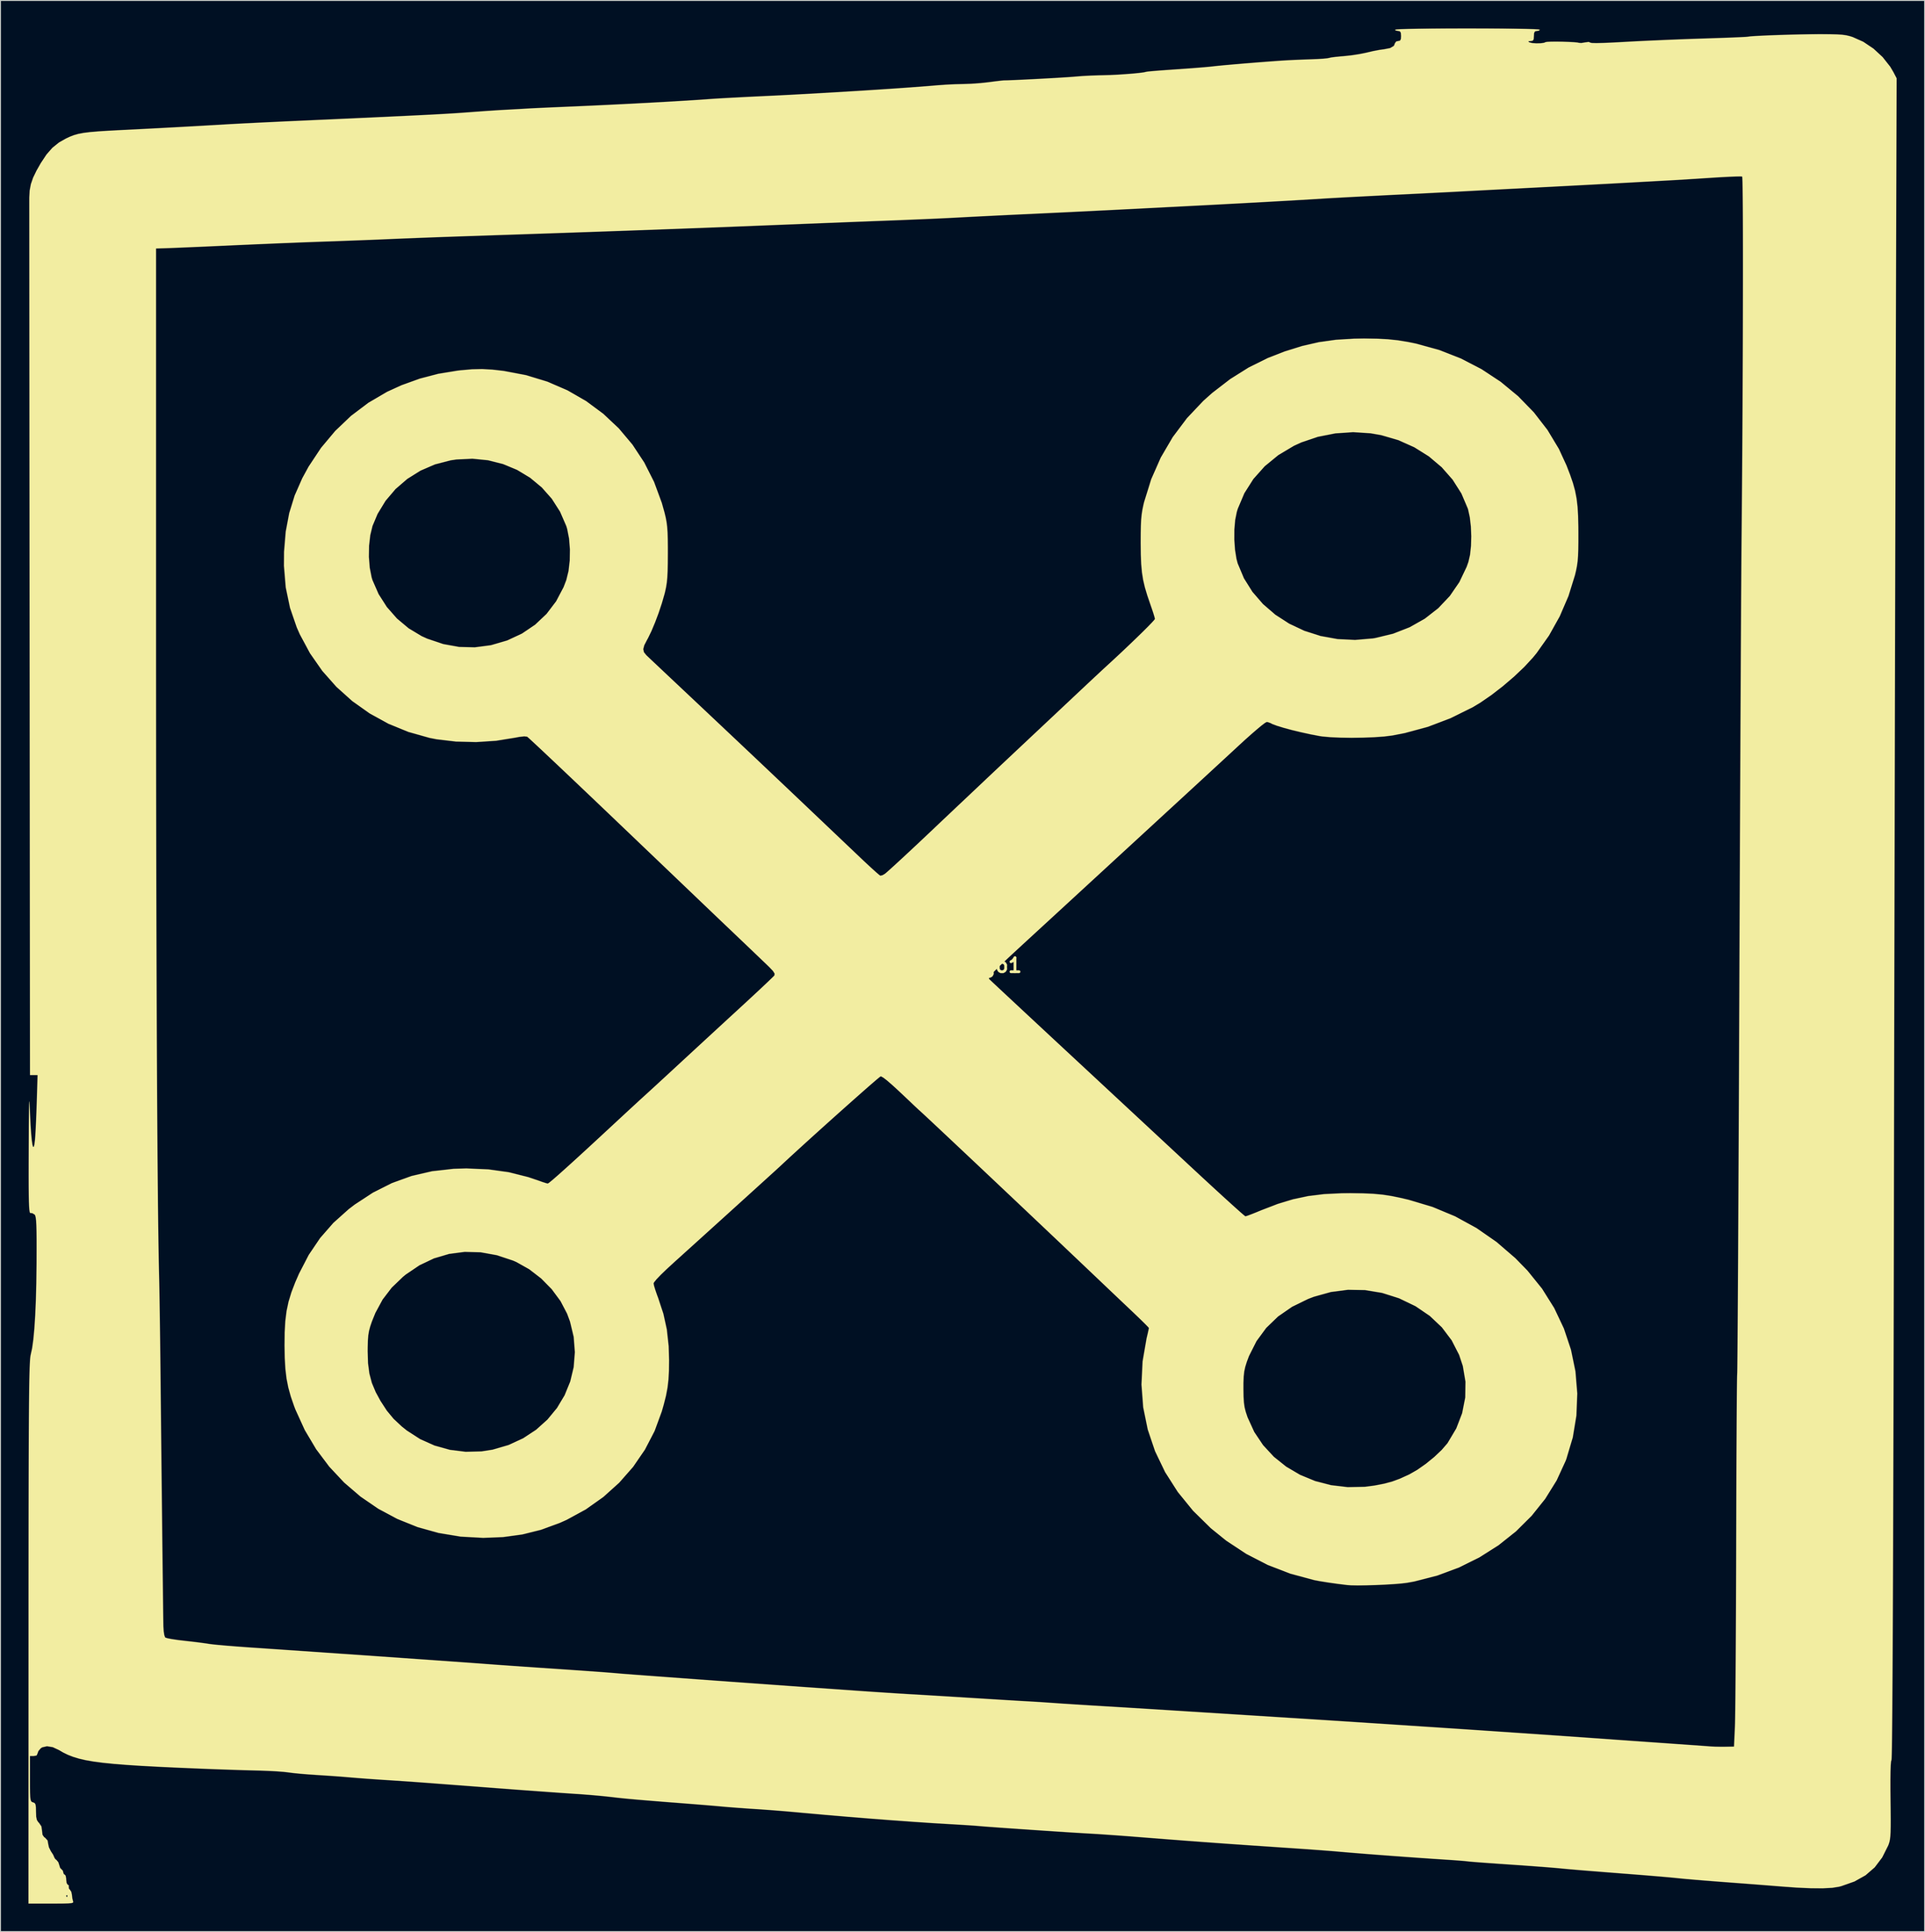
<source format=kicad_pcb>
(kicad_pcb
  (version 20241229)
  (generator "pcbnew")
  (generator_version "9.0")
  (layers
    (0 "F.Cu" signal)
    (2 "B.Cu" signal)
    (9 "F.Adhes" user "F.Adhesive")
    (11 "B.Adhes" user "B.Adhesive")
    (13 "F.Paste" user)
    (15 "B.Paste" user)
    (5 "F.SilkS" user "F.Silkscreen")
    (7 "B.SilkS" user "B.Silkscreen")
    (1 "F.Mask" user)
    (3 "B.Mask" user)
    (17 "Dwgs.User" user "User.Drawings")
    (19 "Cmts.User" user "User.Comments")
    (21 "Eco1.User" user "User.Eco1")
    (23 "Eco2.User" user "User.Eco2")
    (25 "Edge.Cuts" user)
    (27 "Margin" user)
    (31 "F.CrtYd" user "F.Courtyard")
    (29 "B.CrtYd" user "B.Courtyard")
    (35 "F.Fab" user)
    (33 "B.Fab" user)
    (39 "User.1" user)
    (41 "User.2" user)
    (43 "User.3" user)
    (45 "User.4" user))
  (footprint "xlab-logo1"
    (layer "F.Cu")
    (at 99.982 100.384)
    (property "Reference" "xlab-logo1" (at 0 0 0) (layer "F.SilkS") (effects (font (size 1.5 1.5) (thickness 0.3))))
    (attr board_only exclude_from_pos_files exclude_from_bom)
    (fp_poly (pts (xy 44.497 -67.147) (xy 45.676 -67.086) (xy 46.754 -66.972) (xy 47.838 -66.794) (xy 48.697 -66.617) (xy 51.158 -65.94) (xy 53.502 -65.021) (xy 55.709 -63.877) (xy 57.759 -62.524) (xy 59.632 -60.977) (xy 61.308 -59.254) (xy 62.767 -57.369) (xy 63.99 -55.339) (xy 64.803 -53.575) (xy 65.196 -52.559) (xy 65.5 -51.67) (xy 65.727 -50.846) (xy 65.886 -50.026) (xy 65.991 -49.148) (xy 66.05 -48.149) (xy 66.076 -46.968) (xy 66.079 -46.409) (xy 66.079 -45.36) (xy 66.068 -44.528) (xy 66.043 -43.863) (xy 66 -43.311) (xy 65.933 -42.821) (xy 65.84 -42.341) (xy 65.716 -41.817) (xy 65.715 -41.815) (xy 65.02 -39.578) (xy 64.083 -37.401) (xy 62.932 -35.34) (xy 61.594 -33.449) (xy 61.197 -32.966) (xy 60.279 -31.974) (xy 59.184 -30.936) (xy 57.985 -29.911) (xy 56.752 -28.959) (xy 55.558 -28.138) (xy 54.757 -27.658) (xy 52.373 -26.479) (xy 49.949 -25.558) (xy 47.452 -24.883) (xy 46.134 -24.629) (xy 45.282 -24.523) (xy 44.217 -24.447) (xy 43.021 -24.401) (xy 41.779 -24.385) (xy 40.574 -24.401) (xy 39.491 -24.45) (xy 38.612 -24.53) (xy 38.343 -24.571) (xy 37.363 -24.758) (xy 36.357 -24.978) (xy 35.386 -25.213) (xy 34.51 -25.45) (xy 33.789 -25.67) (xy 33.283 -25.859) (xy 33.093 -25.961) (xy 32.804 -26.065) (xy 32.678 -26.076) (xy 32.501 -25.979) (xy 32.142 -25.707) (xy 31.635 -25.287) (xy 31.012 -24.748) (xy 30.305 -24.116) (xy 29.757 -23.613) (xy 28.994 -22.907) (xy 28.063 -22.047) (xy 27.011 -21.077) (xy 25.89 -20.042) (xy 24.747 -18.989) (xy 23.632 -17.962) (xy 22.973 -17.356) (xy 21.827 -16.302) (xy 20.56 -15.135) (xy 19.233 -13.914) (xy 17.909 -12.696) (xy 16.653 -11.54) (xy 15.526 -10.502) (xy 15.127 -10.134) (xy 14.096 -9.186) (xy 12.907 -8.091) (xy 11.619 -6.906) (xy 10.29 -5.683) (xy 8.979 -4.477) (xy 7.745 -3.343) (xy 7.076 -2.728) (xy 5.977 -1.715) (xy 5.079 -0.883) (xy 4.366 -0.212) (xy 3.819 0.316) (xy 3.419 0.719) (xy 3.149 1.016) (xy 2.991 1.224) (xy 2.927 1.362) (xy 2.938 1.449) (xy 2.95 1.464) (xy 3.089 1.597) (xy 3.427 1.915) (xy 3.947 2.401) (xy 4.63 3.04) (xy 5.461 3.814) (xy 6.42 4.709) (xy 7.492 5.707) (xy 8.658 6.792) (xy 9.9 7.949) (xy 11.163 9.123) (xy 12.654 10.509) (xy 14.228 11.972) (xy 15.849 13.48) (xy 17.481 14.997) (xy 19.087 16.49) (xy 20.63 17.925) (xy 22.074 19.268) (xy 23.382 20.484) (xy 24.518 21.54) (xy 24.719 21.727) (xy 25.796 22.726) (xy 26.808 23.66) (xy 27.737 24.513) (xy 28.56 25.263) (xy 29.258 25.894) (xy 29.808 26.386) (xy 30.192 26.719) (xy 30.387 26.876) (xy 30.406 26.886) (xy 30.599 26.829) (xy 31.015 26.674) (xy 31.589 26.446) (xy 32.138 26.22) (xy 33.87 25.554) (xy 35.503 25.058) (xy 37.127 24.713) (xy 38.834 24.504) (xy 40.713 24.412) (xy 41.659 24.404) (xy 42.992 24.42) (xy 44.102 24.469) (xy 45.088 24.561) (xy 46.05 24.708) (xy 47.087 24.921) (xy 47.888 25.111) (xy 50.441 25.874) (xy 52.867 26.885) (xy 55.159 28.139) (xy 57.312 29.634) (xy 59.321 31.365) (xy 60.62 32.696) (xy 62.187 34.636) (xy 63.49 36.713) (xy 64.525 38.901) (xy 65.285 41.173) (xy 65.766 43.503) (xy 65.962 45.865) (xy 65.868 48.233) (xy 65.479 50.581) (xy 64.79 52.884) (xy 64.709 53.098) (xy 63.747 55.19) (xy 62.526 57.155) (xy 61.068 58.977) (xy 59.393 60.641) (xy 57.523 62.129) (xy 55.478 63.426) (xy 53.28 64.516) (xy 50.95 65.382) (xy 48.508 66.008) (xy 47.726 66.152) (xy 47.135 66.225) (xy 46.32 66.292) (xy 45.361 66.349) (xy 44.341 66.394) (xy 43.34 66.422) (xy 42.437 66.433) (xy 41.714 66.421) (xy 41.336 66.395) (xy 40.265 66.263) (xy 39.228 66.116) (xy 38.328 65.97) (xy 37.776 65.864) (xy 35.223 65.176) (xy 32.796 64.24) (xy 30.501 63.058) (xy 28.344 61.635) (xy 26.699 60.305) (xy 24.79 58.428) (xy 23.154 56.416) (xy 21.796 54.286) (xy 20.723 52.053) (xy 19.94 49.735) (xy 19.452 47.348) (xy 19.303 45.396) (xy 30.192 45.396) (xy 30.205 46.203) (xy 30.243 46.823) (xy 30.316 47.337) (xy 30.438 47.828) (xy 30.621 48.377) (xy 30.642 48.436) (xy 31.355 49.994) (xy 32.299 51.402) (xy 33.449 52.645) (xy 34.778 53.709) (xy 36.26 54.581) (xy 37.87 55.246) (xy 39.581 55.69) (xy 41.368 55.9) (xy 43.204 55.863) (xy 44.282 55.721) (xy 45.286 55.526) (xy 46.128 55.299) (xy 46.944 54.998) (xy 47.868 54.579) (xy 47.969 54.531) (xy 48.821 54.044) (xy 49.74 53.399) (xy 50.638 52.667) (xy 51.431 51.916) (xy 52.032 51.219) (xy 52.071 51.165) (xy 52.996 49.61) (xy 53.625 47.978) (xy 53.955 46.299) (xy 53.98 44.603) (xy 53.697 42.92) (xy 53.3 41.73) (xy 52.503 40.174) (xy 51.451 38.779) (xy 50.156 37.556) (xy 48.633 36.52) (xy 46.895 35.683) (xy 46.836 35.659) (xy 45.035 35.089) (xy 43.216 34.789) (xy 41.389 34.758) (xy 39.562 34.995) (xy 37.744 35.502) (xy 37.129 35.735) (xy 35.404 36.579) (xy 33.905 37.616) (xy 32.633 38.843) (xy 31.593 40.258) (xy 30.787 41.857) (xy 30.55 42.491) (xy 30.388 43.016) (xy 30.28 43.513) (xy 30.219 44.062) (xy 30.193 44.742) (xy 30.192 45.396) (xy 19.303 45.396) (xy 19.266 44.909) (xy 19.386 42.433) (xy 19.818 39.939) (xy 19.829 39.896) (xy 19.942 39.413) (xy 20.024 39.042) (xy 20.061 38.854) (xy 20.061 38.847) (xy 19.959 38.726) (xy 19.678 38.438) (xy 19.254 38.019) (xy 18.721 37.505) (xy 18.315 37.119) (xy 17.701 36.536) (xy 16.928 35.804) (xy 16.054 34.974) (xy 15.134 34.099) (xy 14.223 33.233) (xy 13.729 32.763) (xy 12.579 31.671) (xy 11.352 30.506) (xy 10.066 29.285) (xy 8.736 28.026) (xy 7.382 26.744) (xy 6.021 25.456) (xy 4.669 24.179) (xy 3.345 22.928) (xy 2.066 21.721) (xy 0.85 20.574) (xy -0.287 19.504) (xy -1.326 18.526) (xy -2.25 17.658) (xy -3.042 16.915) (xy -3.684 16.315) (xy -4.158 15.874) (xy -4.448 15.608) (xy -4.529 15.537) (xy -4.664 15.414) (xy -4.966 15.131) (xy -5.388 14.732) (xy -5.82 14.321) (xy -6.734 13.459) (xy -7.458 12.796) (xy -8.007 12.323) (xy -8.392 12.027) (xy -8.627 11.897) (xy -8.673 11.889) (xy -8.808 11.985) (xy -9.135 12.258) (xy -9.632 12.684) (xy -10.272 13.243) (xy -11.03 13.911) (xy -11.882 14.666) (xy -12.802 15.485) (xy -13.765 16.346) (xy -14.746 17.227) (xy -15.721 18.106) (xy -16.663 18.959) (xy -17.547 19.765) (xy -18.35 20.5) (xy -19.045 21.143) (xy -19.446 21.519) (xy -19.63 21.688) (xy -20.008 22.033) (xy -20.555 22.53) (xy -21.244 23.156) (xy -22.051 23.888) (xy -22.949 24.703) (xy -23.914 25.577) (xy -24.919 26.488) (xy -25.94 27.412) (xy -26.951 28.327) (xy -27.925 29.209) (xy -28.838 30.035) (xy -29.665 30.781) (xy -30.378 31.426) (xy -30.779 31.787) (xy -31.59 32.532) (xy -32.235 33.154) (xy -32.695 33.635) (xy -32.953 33.956) (xy -33.004 34.074) (xy -32.956 34.32) (xy -32.827 34.751) (xy -32.64 35.296) (xy -32.512 35.639) (xy -31.956 37.32) (xy -31.586 39.009) (xy -31.389 40.79) (xy -31.344 42.288) (xy -31.358 43.424) (xy -31.41 44.38) (xy -31.512 45.244) (xy -31.676 46.107) (xy -31.916 47.057) (xy -32.127 47.796) (xy -32.898 49.893) (xy -33.929 51.879) (xy -35.2 53.732) (xy -36.694 55.432) (xy -38.391 56.958) (xy -40.271 58.289) (xy -42.316 59.404) (xy -43.08 59.744) (xy -45.066 60.471) (xy -47.056 60.969) (xy -49.128 61.252) (xy -51.263 61.337) (xy -53.686 61.203) (xy -56.036 60.815) (xy -58.298 60.182) (xy -60.456 59.314) (xy -62.495 58.224) (xy -64.4 56.92) (xy -66.156 55.415) (xy -67.748 53.717) (xy -69.159 51.839) (xy -70.376 49.791) (xy -71.383 47.582) (xy -71.521 47.22) (xy -71.875 46.197) (xy -72.141 45.236) (xy -72.332 44.268) (xy -72.456 43.228) (xy -72.524 42.049) (xy -72.537 41.343) (xy -63.639 41.343) (xy -63.601 42.623) (xy -63.458 43.725) (xy -63.191 44.731) (xy -62.776 45.724) (xy -62.266 46.661) (xy -61.587 47.705) (xy -60.862 48.581) (xy -60.001 49.387) (xy -59.442 49.835) (xy -58.018 50.755) (xy -56.469 51.447) (xy -54.831 51.903) (xy -53.141 52.113) (xy -51.437 52.07) (xy -50.251 51.885) (xy -48.542 51.386) (xy -46.985 50.667) (xy -45.593 49.752) (xy -44.38 48.663) (xy -43.358 47.424) (xy -42.54 46.059) (xy -41.939 44.591) (xy -41.567 43.044) (xy -41.439 41.441) (xy -41.566 39.805) (xy -41.961 38.159) (xy -42.273 37.316) (xy -42.978 35.967) (xy -43.919 34.695) (xy -45.05 33.545) (xy -46.326 32.561) (xy -47.699 31.789) (xy -48.06 31.631) (xy -49.796 31.053) (xy -51.527 30.742) (xy -53.238 30.696) (xy -54.912 30.913) (xy -56.532 31.391) (xy -58.084 32.127) (xy -59.551 33.118) (xy -59.86 33.37) (xy -61.063 34.528) (xy -62.035 35.797) (xy -62.81 37.228) (xy -63.19 38.168) (xy -63.37 38.697) (xy -63.494 39.162) (xy -63.573 39.637) (xy -63.616 40.197) (xy -63.635 40.915) (xy -63.639 41.343) (xy -72.537 41.343) (xy -72.548 40.735) (xy -72.532 39.324) (xy -72.464 38.115) (xy -72.33 37.039) (xy -72.117 36.031) (xy -71.81 35.022) (xy -71.396 33.947) (xy -70.998 33.034) (xy -69.953 31.016) (xy -68.732 29.209) (xy -67.314 27.586) (xy -65.677 26.121) (xy -65.033 25.629) (xy -63.074 24.346) (xy -61.048 23.326) (xy -58.942 22.563) (xy -56.742 22.053) (xy -54.434 21.792) (xy -53.065 21.752) (xy -50.711 21.853) (xy -48.521 22.159) (xy -46.436 22.683) (xy -45.394 23.036) (xy -44.891 23.214) (xy -44.505 23.336) (xy -44.342 23.373) (xy -44.184 23.272) (xy -43.818 22.972) (xy -43.247 22.475) (xy -42.476 21.787) (xy -41.509 20.912) (xy -40.351 19.852) (xy -39.006 18.611) (xy -37.478 17.195) (xy -37.306 17.036) (xy -36.539 16.324) (xy -35.784 15.625) (xy -35.089 14.984) (xy -34.502 14.443) (xy -34.07 14.049) (xy -33.99 13.976) (xy -33.628 13.647) (xy -33.091 13.155) (xy -32.421 12.539) (xy -31.66 11.838) (xy -30.849 11.09) (xy -30.254 10.539) (xy -29.386 9.738) (xy -28.361 8.792) (xy -27.239 7.757) (xy -26.08 6.689) (xy -24.944 5.642) (xy -23.89 4.674) (xy -23.812 4.602) (xy -22.941 3.799) (xy -22.137 3.053) (xy -21.427 2.39) (xy -20.838 1.834) (xy -20.396 1.411) (xy -20.128 1.146) (xy -20.059 1.07) (xy -20.042 0.878) (xy -20.219 0.595) (xy -20.596 0.197) (xy -20.921 -0.116) (xy -21.415 -0.59) (xy -22.033 -1.182) (xy -22.73 -1.848) (xy -23.462 -2.547) (xy -24.184 -3.235) (xy -24.851 -3.87) (xy -25.257 -4.256) (xy -25.423 -4.414) (xy -25.786 -4.761) (xy -26.332 -5.282) (xy -27.045 -5.963) (xy -27.909 -6.789) (xy -28.91 -7.746) (xy -30.032 -8.818) (xy -31.26 -9.992) (xy -32.578 -11.252) (xy -33.972 -12.584) (xy -35.426 -13.974) (xy -36.002 -14.524) (xy -37.469 -15.925) (xy -38.878 -17.27) (xy -40.216 -18.543) (xy -41.466 -19.731) (xy -42.614 -20.82) (xy -43.645 -21.795) (xy -44.544 -22.643) (xy -45.296 -23.35) (xy -45.887 -23.9) (xy -46.301 -24.282) (xy -46.524 -24.479) (xy -46.556 -24.504) (xy -46.862 -24.538) (xy -47.394 -24.48) (xy -47.786 -24.405) (xy -49.856 -24.067) (xy -52.019 -23.925) (xy -54.182 -23.977) (xy -56.25 -24.224) (xy -57 -24.371) (xy -59.264 -25.007) (xy -61.411 -25.886) (xy -63.426 -26.994) (xy -65.291 -28.317) (xy -66.989 -29.842) (xy -68.504 -31.554) (xy -69.819 -33.439) (xy -70.917 -35.484) (xy -71.236 -36.209) (xy -71.961 -38.311) (xy -72.418 -40.501) (xy -72.611 -42.81) (xy -72.604 -43.765) (xy -63.509 -43.765) (xy -63.417 -42.605) (xy -63.214 -41.573) (xy -63.125 -41.284) (xy -62.468 -39.782) (xy -61.584 -38.399) (xy -60.502 -37.166) (xy -59.25 -36.116) (xy -57.858 -35.279) (xy -57.251 -35.004) (xy -55.541 -34.428) (xy -53.848 -34.12) (xy -52.16 -34.079) (xy -50.465 -34.302) (xy -50.413 -34.313) (xy -48.682 -34.818) (xy -47.104 -35.554) (xy -45.696 -36.506) (xy -44.474 -37.66) (xy -43.454 -39.002) (xy -42.654 -40.517) (xy -42.358 -41.286) (xy -42.119 -42.256) (xy -41.99 -43.383) (xy -41.971 -44.573) (xy -42.062 -45.73) (xy -42.263 -46.761) (xy -42.355 -47.063) (xy -43.025 -48.606) (xy -43.911 -49.993) (xy -44.989 -51.211) (xy -46.235 -52.246) (xy -47.626 -53.085) (xy -49.136 -53.714) (xy -50.742 -54.118) (xy -52.419 -54.285) (xy -54.144 -54.201) (xy -54.759 -54.109) (xy -56.421 -53.679) (xy -57.973 -53.011) (xy -59.391 -52.124) (xy -60.648 -51.04) (xy -61.719 -49.781) (xy -62.579 -48.368) (xy -63.12 -47.077) (xy -63.36 -46.095) (xy -63.49 -44.96) (xy -63.509 -43.765) (xy -72.604 -43.765) (xy -72.6 -44.315) (xy -72.42 -46.469) (xy -72.046 -48.459) (xy -71.46 -50.35) (xy -70.644 -52.203) (xy -69.966 -53.445) (xy -68.638 -55.448) (xy -67.116 -57.265) (xy -65.418 -58.882) (xy -63.557 -60.285) (xy -61.551 -61.461) (xy -59.992 -62.171) (xy -58.019 -62.88) (xy -56.07 -63.387) (xy -54.014 -63.724) (xy -53.66 -63.766) (xy -52.452 -63.871) (xy -51.37 -63.894) (xy -50.267 -63.833) (xy -49.088 -63.698) (xy -46.671 -63.24) (xy -44.38 -62.541) (xy -42.229 -61.611) (xy -40.231 -60.461) (xy -38.396 -59.102) (xy -36.739 -57.545) (xy -35.27 -55.8) (xy -34.003 -53.879) (xy -32.949 -51.792) (xy -32.122 -49.551) (xy -31.829 -48.503) (xy -31.705 -47.982) (xy -31.613 -47.493) (xy -31.549 -46.984) (xy -31.507 -46.399) (xy -31.485 -45.686) (xy -31.476 -44.789) (xy -31.476 -44.112) (xy -31.483 -43.067) (xy -31.501 -42.239) (xy -31.534 -41.575) (xy -31.588 -41.022) (xy -31.666 -40.526) (xy -31.772 -40.035) (xy -31.837 -39.775) (xy -32.119 -38.797) (xy -32.465 -37.761) (xy -32.847 -36.743) (xy -33.236 -35.817) (xy -33.604 -35.058) (xy -33.71 -34.866) (xy -34.003 -34.3) (xy -34.112 -33.887) (xy -34.04 -33.557) (xy -33.789 -33.243) (xy -33.772 -33.226) (xy -33.571 -33.035) (xy -33.187 -32.672) (xy -32.651 -32.167) (xy -31.997 -31.549) (xy -31.254 -30.85) (xy -30.457 -30.099) (xy -30.415 -30.06) (xy -28.458 -28.217) (xy -26.683 -26.544) (xy -25.055 -25.009) (xy -23.542 -23.581) (xy -22.11 -22.228) (xy -20.725 -20.917) (xy -19.354 -19.618) (xy -17.962 -18.298) (xy -16.517 -16.926) (xy -15.767 -16.213) (xy -14.851 -15.342) (xy -13.889 -14.428) (xy -12.935 -13.521) (xy -12.044 -12.675) (xy -11.27 -11.939) (xy -10.791 -11.484) (xy -10.166 -10.895) (xy -9.608 -10.38) (xy -9.154 -9.972) (xy -8.842 -9.705) (xy -8.714 -9.612) (xy -8.49 -9.658) (xy -8.219 -9.815) (xy -8 -10) (xy -7.596 -10.36) (xy -7.038 -10.869) (xy -6.355 -11.498) (xy -5.576 -12.222) (xy -4.73 -13.013) (xy -3.848 -13.843) (xy -2.958 -14.685) (xy -2.912 -14.729) (xy -2.441 -15.176) (xy -1.818 -15.765) (xy -1.107 -16.437) (xy -0.371 -17.133) (xy 0.081 -17.558) (xy 0.759 -18.198) (xy 1.412 -18.815) (xy 1.99 -19.361) (xy 2.442 -19.788) (xy 2.669 -20.004) (xy 2.928 -20.248) (xy 3.372 -20.667) (xy 3.972 -21.232) (xy 4.698 -21.915) (xy 5.52 -22.688) (xy 6.41 -23.524) (xy 7.192 -24.259) (xy 8.186 -25.193) (xy 9.201 -26.146) (xy 10.194 -27.079) (xy 11.123 -27.953) (xy 11.946 -28.727) (xy 12.622 -29.362) (xy 12.935 -29.656) (xy 13.604 -30.284) (xy 14.252 -30.89) (xy 14.826 -31.425) (xy 15.272 -31.839) (xy 15.47 -32.02) (xy 16.295 -32.779) (xy 17.126 -33.554) (xy 17.933 -34.318) (xy 18.689 -35.044) (xy 19.366 -35.703) (xy 19.934 -36.269) (xy 20.365 -36.713) (xy 20.632 -37.008) (xy 20.708 -37.121) (xy 20.664 -37.319) (xy 20.546 -37.712) (xy 20.373 -38.234) (xy 20.239 -38.618) (xy 19.897 -39.618) (xy 19.636 -40.49) (xy 19.446 -41.3) (xy 19.316 -42.116) (xy 19.236 -43.002) (xy 19.195 -44.025) (xy 19.182 -45.251) (xy 19.182 -45.261) (xy 19.183 -45.606) (xy 29.214 -45.606) (xy 29.29 -44.528) (xy 29.445 -43.56) (xy 29.575 -43.073) (xy 30.244 -41.478) (xy 31.158 -40.02) (xy 32.289 -38.713) (xy 33.612 -37.572) (xy 35.099 -36.612) (xy 36.723 -35.847) (xy 38.458 -35.292) (xy 40.276 -34.962) (xy 42.151 -34.87) (xy 44.055 -35.032) (xy 44.295 -35.071) (xy 46.224 -35.536) (xy 48.008 -36.234) (xy 49.629 -37.15) (xy 51.067 -38.271) (xy 52.305 -39.581) (xy 53.326 -41.065) (xy 54.11 -42.708) (xy 54.297 -43.234) (xy 54.472 -43.993) (xy 54.573 -44.931) (xy 54.602 -45.968) (xy 54.56 -47.02) (xy 54.447 -48.004) (xy 54.265 -48.838) (xy 54.228 -48.954) (xy 53.543 -50.563) (xy 52.602 -52.043) (xy 51.432 -53.374) (xy 50.056 -54.536) (xy 48.502 -55.508) (xy 46.795 -56.272) (xy 44.961 -56.807) (xy 43.827 -57.008) (xy 41.945 -57.13) (xy 40.037 -57.001) (xy 38.167 -56.632) (xy 36.394 -56.032) (xy 35.59 -55.663) (xy 33.923 -54.667) (xy 32.474 -53.478) (xy 31.259 -52.114) (xy 30.292 -50.591) (xy 29.588 -48.928) (xy 29.48 -48.577) (xy 29.307 -47.723) (xy 29.219 -46.702) (xy 29.214 -45.606) (xy 19.183 -45.606) (xy 19.186 -46.29) (xy 19.201 -47.105) (xy 19.233 -47.762) (xy 19.287 -48.318) (xy 19.367 -48.828) (xy 19.477 -49.349) (xy 19.549 -49.644) (xy 20.31 -52.09) (xy 21.336 -54.414) (xy 22.616 -56.601) (xy 24.139 -58.63) (xy 25.891 -60.483) (xy 26.856 -61.343) (xy 28.773 -62.819) (xy 30.742 -64.055) (xy 32.814 -65.081) (xy 34.622 -65.785) (xy 36.483 -66.365) (xy 38.27 -66.775) (xy 40.089 -67.031) (xy 42.043 -67.15) (xy 43.106 -67.165)) (stroke (width 0) (type solid)) (fill yes) (layer "F.SilkS"))
    (fp_poly (pts (xy 56.205 -100.381) (xy 57.922 -100.373) (xy 59.343 -100.359) (xy 60.463 -100.34) (xy 61.277 -100.316) (xy 61.778 -100.286) (xy 61.962 -100.252) (xy 61.963 -100.249) (xy 61.828 -100.139) (xy 61.639 -100.114) (xy 61.428 -100.069) (xy 61.334 -99.885) (xy 61.316 -99.573) (xy 61.292 -99.223) (xy 61.185 -99.067) (xy 60.952 -99.031) (xy 60.716 -99.01) (xy 60.774 -98.93) (xy 60.831 -98.898) (xy 61.127 -98.823) (xy 61.573 -98.791) (xy 62.042 -98.801) (xy 62.41 -98.852) (xy 62.541 -98.914) (xy 62.722 -98.95) (xy 63.144 -98.97) (xy 63.725 -98.974) (xy 64.384 -98.966) (xy 65.038 -98.945) (xy 65.606 -98.915) (xy 66.006 -98.876) (xy 66.143 -98.844) (xy 66.384 -98.827) (xy 66.771 -98.887) (xy 66.785 -98.89) (xy 67.188 -98.943) (xy 67.339 -98.872) (xy 67.519 -98.83) (xy 68.014 -98.818) (xy 68.825 -98.837) (xy 69.954 -98.887) (xy 71.11 -98.95) (xy 72.345 -99.016) (xy 73.806 -99.087) (xy 75.394 -99.157) (xy 77.009 -99.222) (xy 78.554 -99.279) (xy 79.436 -99.307) (xy 80.631 -99.346) (xy 81.724 -99.384) (xy 82.672 -99.42) (xy 83.433 -99.453) (xy 83.963 -99.48) (xy 84.221 -99.5) (xy 84.235 -99.503) (xy 84.504 -99.538) (xy 85.043 -99.576) (xy 85.799 -99.615) (xy 86.716 -99.654) (xy 87.742 -99.69) (xy 88.822 -99.722) (xy 89.903 -99.748) (xy 90.931 -99.765) (xy 91.853 -99.773) (xy 92.055 -99.773) (xy 93.05 -99.767) (xy 93.79 -99.749) (xy 94.343 -99.714) (xy 94.775 -99.654) (xy 95.156 -99.564) (xy 95.461 -99.469) (xy 96.606 -98.957) (xy 97.697 -98.224) (xy 98.676 -97.319) (xy 99.487 -96.293) (xy 99.839 -95.696) (xy 100.177 -95.047) (xy 100.079 -61.879) (xy 100.071 -59.286) (xy 100.064 -56.44) (xy 100.055 -53.358) (xy 100.047 -50.058) (xy 100.038 -46.556) (xy 100.029 -42.87) (xy 100.02 -39.017) (xy 100.01 -35.014) (xy 100.001 -30.878) (xy 99.991 -26.627) (xy 99.982 -22.277) (xy 99.972 -17.846) (xy 99.963 -13.351) (xy 99.953 -8.809) (xy 99.944 -4.238) (xy 99.934 0.346) (xy 99.925 4.924) (xy 99.916 9.481) (xy 99.908 13.999) (xy 99.899 18.461) (xy 99.891 22.849) (xy 99.884 27.146) (xy 99.882 28.17) (xy 99.873 33.258) (xy 99.863 38.123) (xy 99.853 42.763) (xy 99.843 47.176) (xy 99.832 51.359) (xy 99.821 55.311) (xy 99.81 59.027) (xy 99.798 62.508) (xy 99.787 65.748) (xy 99.775 68.748) (xy 99.762 71.503) (xy 99.75 74.013) (xy 99.737 76.273) (xy 99.724 78.283) (xy 99.711 80.04) (xy 99.697 81.541) (xy 99.684 82.784) (xy 99.67 83.766) (xy 99.656 84.486) (xy 99.642 84.94) (xy 99.627 85.128) (xy 99.625 85.133) (xy 99.58 85.292) (xy 99.545 85.706) (xy 99.522 86.358) (xy 99.511 87.235) (xy 99.512 88.32) (xy 99.523 89.388) (xy 99.537 90.578) (xy 99.544 91.53) (xy 99.541 92.279) (xy 99.528 92.859) (xy 99.502 93.302) (xy 99.462 93.643) (xy 99.406 93.914) (xy 99.332 94.149) (xy 99.272 94.304) (xy 98.627 95.585) (xy 97.827 96.64) (xy 96.847 97.488) (xy 95.663 98.152) (xy 94.25 98.652) (xy 94.011 98.715) (xy 93.285 98.831) (xy 92.265 98.885) (xy 90.974 98.877) (xy 89.433 98.808) (xy 87.912 98.698) (xy 86.996 98.624) (xy 85.852 98.533) (xy 84.573 98.434) (xy 83.251 98.333) (xy 81.98 98.237) (xy 81.782 98.223) (xy 80.633 98.135) (xy 79.514 98.047) (xy 78.493 97.962) (xy 77.636 97.888) (xy 77.009 97.828) (xy 76.847 97.811) (xy 76.307 97.756) (xy 75.517 97.683) (xy 74.548 97.599) (xy 73.474 97.51) (xy 72.367 97.422) (xy 72.236 97.411) (xy 70.465 97.274) (xy 68.978 97.158) (xy 67.74 97.059) (xy 66.712 96.976) (xy 65.859 96.905) (xy 65.143 96.843) (xy 64.527 96.786) (xy 63.985 96.734) (xy 63.454 96.687) (xy 62.663 96.623) (xy 61.677 96.548) (xy 60.56 96.466) (xy 59.373 96.382) (xy 58.646 96.333) (xy 57.515 96.255) (xy 56.473 96.181) (xy 55.569 96.114) (xy 54.853 96.058) (xy 54.373 96.016) (xy 54.197 95.997) (xy 53.892 95.964) (xy 53.335 95.918) (xy 52.601 95.863) (xy 51.76 95.807) (xy 51.528 95.792) (xy 50.425 95.72) (xy 49.131 95.631) (xy 47.714 95.53) (xy 46.24 95.422) (xy 44.778 95.312) (xy 43.393 95.206) (xy 42.154 95.107) (xy 41.127 95.022) (xy 40.608 94.976) (xy 39.907 94.916) (xy 38.98 94.843) (xy 37.923 94.763) (xy 36.833 94.684) (xy 36.239 94.643) (xy 35.068 94.564) (xy 33.708 94.471) (xy 32.293 94.375) (xy 30.958 94.285) (xy 30.334 94.242) (xy 28.874 94.141) (xy 27.388 94.036) (xy 25.824 93.921) (xy 24.13 93.794) (xy 22.253 93.65) (xy 20.141 93.485) (xy 18.605 93.365) (xy 17.472 93.277) (xy 16.327 93.193) (xy 15.254 93.118) (xy 14.337 93.058) (xy 13.671 93.018) (xy 13.047 92.983) (xy 12.194 92.931) (xy 11.163 92.865) (xy 10.002 92.79) (xy 8.76 92.707) (xy 7.486 92.621) (xy 6.229 92.535) (xy 5.038 92.452) (xy 3.963 92.376) (xy 3.052 92.309) (xy 2.354 92.256) (xy 1.918 92.219) (xy 1.861 92.214) (xy 1.471 92.181) (xy 0.835 92.136) (xy 0.026 92.085) (xy -0.879 92.031) (xy -1.294 92.008) (xy -3.091 91.901) (xy -5.143 91.763) (xy -7.388 91.601) (xy -9.759 91.419) (xy -12.192 91.222) (xy -14.622 91.016) (xy -16.986 90.804) (xy -17.877 90.721) (xy -18.94 90.627) (xy -20.155 90.53) (xy -21.35 90.442) (xy -22.112 90.391) (xy -23.078 90.327) (xy -24.088 90.254) (xy -25.015 90.182) (xy -25.671 90.125) (xy -26.346 90.064) (xy -27.246 89.987) (xy -28.271 89.903) (xy -29.323 89.819) (xy -29.768 89.784) (xy -31.414 89.657) (xy -32.781 89.549) (xy -33.91 89.457) (xy -34.847 89.378) (xy -35.632 89.307) (xy -36.31 89.24) (xy -36.923 89.175) (xy -37.513 89.106) (xy -37.615 89.094) (xy -38.452 89.004) (xy -39.472 88.91) (xy -40.534 88.825) (xy -41.336 88.77) (xy -41.988 88.727) (xy -42.909 88.664) (xy -44.049 88.583) (xy -45.355 88.488) (xy -46.774 88.384) (xy -48.254 88.274) (xy -49.668 88.167) (xy -51.14 88.055) (xy -52.586 87.945) (xy -53.954 87.841) (xy -55.197 87.747) (xy -56.265 87.665) (xy -57.109 87.601) (xy -57.676 87.558) (xy -58.542 87.495) (xy -59.6 87.421) (xy -60.717 87.346) (xy -61.763 87.278) (xy -61.801 87.276) (xy -62.787 87.211) (xy -63.798 87.139) (xy -64.721 87.069) (xy -65.448 87.009) (xy -65.522 87.002) (xy -66.236 86.942) (xy -67.153 86.872) (xy -68.152 86.803) (xy -69.082 86.744) (xy -69.983 86.682) (xy -70.855 86.611) (xy -71.601 86.537) (xy -72.128 86.47) (xy -72.155 86.466) (xy -72.643 86.409) (xy -73.368 86.355) (xy -74.242 86.308) (xy -75.179 86.273) (xy -75.472 86.266) (xy -76.414 86.242) (xy -77.58 86.207) (xy -78.871 86.164) (xy -80.188 86.117) (xy -81.431 86.069) (xy -81.458 86.068) (xy -83.878 85.966) (xy -86 85.867) (xy -87.848 85.768) (xy -89.448 85.665) (xy -90.823 85.556) (xy -91.999 85.437) (xy -93.001 85.304) (xy -93.854 85.155) (xy -94.582 84.987) (xy -95.211 84.795) (xy -95.765 84.578) (xy -96.27 84.331) (xy -96.709 84.076) (xy -97.379 83.761) (xy -97.997 83.661) (xy -98.51 83.78) (xy -98.67 83.886) (xy -98.92 84.182) (xy -99.011 84.441) (xy -99.106 84.653) (xy -99.416 84.712) (xy -99.82 84.712) (xy -99.82 87.156) (xy -99.819 88.025) (xy -99.81 88.661) (xy -99.79 89.102) (xy -99.754 89.386) (xy -99.696 89.55) (xy -99.613 89.633) (xy -99.498 89.671) (xy -99.497 89.671) (xy -99.324 89.741) (xy -99.226 89.897) (xy -99.183 90.201) (xy -99.173 90.672) (xy -99.154 91.213) (xy -99.08 91.561) (xy -98.933 91.794) (xy -98.85 91.872) (xy -98.593 92.249) (xy -98.526 92.718) (xy -98.476 93.149) (xy -98.301 93.401) (xy -98.203 93.462) (xy -97.932 93.758) (xy -97.878 94.069) (xy -97.791 94.487) (xy -97.578 94.916) (xy -97.555 94.949) (xy -97.344 95.274) (xy -97.236 95.514) (xy -97.232 95.542) (xy -97.115 95.741) (xy -96.982 95.846) (xy -96.783 96.085) (xy -96.682 96.394) (xy -96.589 96.694) (xy -96.446 96.842) (xy -96.292 97.002) (xy -96.261 97.153) (xy -96.191 97.366) (xy -96.099 97.412) (xy -95.998 97.532) (xy -95.942 97.831) (xy -95.938 97.952) (xy -95.898 98.298) (xy -95.796 98.482) (xy -95.758 98.493) (xy -95.648 98.59) (xy -95.668 98.685) (xy -95.638 98.928) (xy -95.548 99.023) (xy -95.393 99.254) (xy -95.326 99.573) (xy -95.281 99.967) (xy -95.209 100.249) (xy -95.183 100.353) (xy -95.227 100.426) (xy -95.387 100.473) (xy -95.709 100.501) (xy -96.239 100.515) (xy -97.022 100.519) (xy -97.545 100.519) (xy -99.982 100.519) (xy -99.982 99.709) (xy -95.938 99.709) (xy -95.878 99.82) (xy -95.83 99.799) (xy -95.81 99.638) (xy -95.83 99.618) (xy -95.926 99.637) (xy -95.938 99.709) (xy -99.982 99.709) (xy -99.976 71.505) (xy -99.976 68.151) (xy -99.974 65.057) (xy -99.972 62.212) (xy -99.97 59.606) (xy -99.966 57.229) (xy -99.962 55.069) (xy -99.957 53.117) (xy -99.951 51.362) (xy -99.944 49.793) (xy -99.936 48.401) (xy -99.927 47.175) (xy -99.916 46.103) (xy -99.904 45.177) (xy -99.891 44.385) (xy -99.875 43.716) (xy -99.859 43.162) (xy -99.84 42.71) (xy -99.82 42.351) (xy -99.798 42.073) (xy -99.773 41.868) (xy -99.747 41.724) (xy -99.736 41.68) (xy -99.589 41.008) (xy -99.46 40.079) (xy -99.35 38.907) (xy -99.26 37.503) (xy -99.19 35.882) (xy -99.142 34.056) (xy -99.117 32.039) (xy -99.115 31.67) (xy -99.111 30.372) (xy -99.112 29.319) (xy -99.121 28.485) (xy -99.138 27.845) (xy -99.164 27.373) (xy -99.201 27.044) (xy -99.248 26.833) (xy -99.308 26.713) (xy -99.321 26.699) (xy -99.588 26.543) (xy -99.765 26.538) (xy -99.815 26.516) (xy -99.857 26.4) (xy -99.89 26.172) (xy -99.917 25.812) (xy -99.937 25.299) (xy -99.95 24.614) (xy -99.959 23.738) (xy -99.962 22.65) (xy -99.961 21.33) (xy -99.956 19.823) (xy -99.95 18.342) (xy -99.944 17.121) (xy -99.936 16.149) (xy -99.928 15.417) (xy -99.918 14.912) (xy -99.907 14.626) (xy -99.893 14.548) (xy -99.876 14.666) (xy -99.856 14.971) (xy -99.833 15.453) (xy -99.809 16.01) (xy -99.755 17.121) (xy -99.694 18.029) (xy -99.628 18.725) (xy -99.558 19.198) (xy -99.487 19.439) (xy -99.416 19.439) (xy -99.347 19.189) (xy -99.283 18.678) (xy -99.28 18.645) (xy -99.247 18.198) (xy -99.21 17.541) (xy -99.172 16.73) (xy -99.135 15.826) (xy -99.103 14.887) (xy -99.097 14.693) (xy -99.008 11.754) (xy -99.414 11.754) (xy -99.82 11.754) (xy -99.861 -34.756) (xy -99.863 -37.424) (xy -86.311 -37.424) (xy -86.311 -32.188) (xy -86.308 -27.094) (xy -86.304 -22.148) (xy -86.298 -17.358) (xy -86.29 -12.73) (xy -86.281 -8.271) (xy -86.27 -3.987) (xy -86.257 0.115) (xy -86.243 4.029) (xy -86.228 7.748) (xy -86.211 11.264) (xy -86.193 14.573) (xy -86.173 17.666) (xy -86.152 20.538) (xy -86.129 23.182) (xy -86.106 25.59) (xy -86.081 27.758) (xy -86.054 29.677) (xy -86.027 31.342) (xy -85.998 32.745) (xy -85.988 33.169) (xy -85.971 33.896) (xy -85.953 34.856) (xy -85.934 36.012) (xy -85.914 37.327) (xy -85.894 38.763) (xy -85.874 40.283) (xy -85.855 41.85) (xy -85.837 43.427) (xy -85.828 44.315) (xy -85.809 46.146) (xy -85.789 48.047) (xy -85.769 49.997) (xy -85.748 51.974) (xy -85.726 53.958) (xy -85.704 55.929) (xy -85.683 57.865) (xy -85.662 59.745) (xy -85.641 61.549) (xy -85.621 63.256) (xy -85.603 64.845) (xy -85.585 66.296) (xy -85.57 67.586) (xy -85.556 68.697) (xy -85.544 69.606) (xy -85.534 70.293) (xy -85.527 70.737) (xy -85.525 70.823) (xy -85.492 71.34) (xy -85.426 71.757) (xy -85.34 71.995) (xy -85.324 72.012) (xy -85.099 72.088) (xy -84.625 72.181) (xy -83.973 72.278) (xy -83.302 72.358) (xy -82.467 72.452) (xy -81.662 72.551) (xy -80.994 72.641) (xy -80.649 72.695) (xy -80.257 72.746) (xy -79.6 72.812) (xy -78.735 72.888) (xy -77.718 72.97) (xy -76.607 73.052) (xy -75.957 73.097) (xy -74.273 73.212) (xy -72.433 73.337) (xy -70.472 73.472) (xy -68.426 73.613) (xy -66.331 73.758) (xy -64.224 73.904) (xy -62.139 74.05) (xy -60.113 74.192) (xy -58.182 74.328) (xy -56.382 74.455) (xy -54.748 74.571) (xy -53.317 74.674) (xy -52.124 74.76) (xy -51.206 74.828) (xy -50.962 74.847) (xy -50.244 74.9) (xy -49.28 74.969) (xy -48.148 75.049) (xy -46.925 75.134) (xy -45.687 75.219) (xy -45.218 75.251) (xy -43.27 75.384) (xy -41.621 75.497) (xy -40.246 75.593) (xy -39.121 75.673) (xy -38.223 75.739) (xy -37.528 75.793) (xy -37.011 75.836) (xy -36.725 75.862) (xy -36.433 75.887) (xy -35.852 75.932) (xy -35.016 75.996) (xy -33.958 76.075) (xy -32.712 76.168) (xy -31.311 76.271) (xy -29.789 76.383) (xy -28.179 76.501) (xy -26.515 76.622) (xy -24.831 76.744) (xy -23.159 76.865) (xy -21.534 76.982) (xy -19.989 77.093) (xy -18.557 77.195) (xy -17.272 77.286) (xy -16.34 77.352) (xy -15.116 77.437) (xy -13.72 77.535) (xy -12.302 77.635) (xy -11.011 77.727) (xy -10.678 77.751) (xy -9.497 77.832) (xy -8.184 77.919) (xy -6.876 78.003) (xy -5.705 78.074) (xy -5.339 78.095) (xy -4.443 78.147) (xy -3.308 78.215) (xy -2.017 78.293) (xy -0.654 78.377) (xy 0.697 78.461) (xy 1.375 78.503) (xy 2.598 78.58) (xy 3.794 78.654) (xy 4.9 78.721) (xy 5.855 78.779) (xy 6.595 78.822) (xy 6.957 78.842) (xy 7.738 78.887) (xy 8.689 78.947) (xy 9.657 79.012) (xy 10.111 79.044) (xy 10.844 79.095) (xy 11.814 79.158) (xy 12.933 79.23) (xy 14.116 79.303) (xy 15.276 79.373) (xy 15.289 79.374) (xy 16.476 79.445) (xy 17.883 79.531) (xy 19.406 79.624) (xy 20.944 79.72) (xy 22.393 79.811) (xy 22.892 79.843) (xy 24.334 79.935) (xy 25.98 80.039) (xy 27.713 80.149) (xy 29.415 80.257) (xy 30.968 80.354) (xy 31.441 80.384) (xy 35.531 80.643) (xy 39.69 80.91) (xy 43.876 81.181) (xy 48.046 81.455) (xy 52.157 81.728) (xy 56.166 81.996) (xy 60.031 82.259) (xy 63.708 82.512) (xy 67.156 82.752) (xy 70.332 82.978) (xy 70.861 83.016) (xy 72.049 83.101) (xy 73.421 83.198) (xy 74.837 83.298) (xy 76.16 83.39) (xy 76.685 83.427) (xy 77.677 83.496) (xy 78.594 83.56) (xy 79.373 83.616) (xy 79.95 83.658) (xy 80.245 83.681) (xy 80.729 83.705) (xy 81.365 83.715) (xy 81.782 83.713) (xy 82.752 83.698) (xy 82.849 81.604) (xy 82.862 81.208) (xy 82.874 80.561) (xy 82.887 79.68) (xy 82.899 78.584) (xy 82.911 77.292) (xy 82.923 75.821) (xy 82.935 74.191) (xy 82.945 72.42) (xy 82.955 70.527) (xy 82.965 68.529) (xy 82.973 66.445) (xy 82.98 64.294) (xy 82.986 62.094) (xy 82.986 61.879) (xy 82.992 59.71) (xy 82.998 57.61) (xy 83.005 55.597) (xy 83.012 53.685) (xy 83.02 51.893) (xy 83.029 50.235) (xy 83.037 48.729) (xy 83.046 47.392) (xy 83.055 46.238) (xy 83.064 45.285) (xy 83.073 44.55) (xy 83.082 44.048) (xy 83.091 43.796) (xy 83.093 43.774) (xy 83.099 43.602) (xy 83.106 43.17) (xy 83.113 42.49) (xy 83.122 41.571) (xy 83.131 40.424) (xy 83.141 39.06) (xy 83.152 37.489) (xy 83.163 35.723) (xy 83.174 33.772) (xy 83.187 31.646) (xy 83.199 29.356) (xy 83.212 26.912) (xy 83.225 24.326) (xy 83.238 21.608) (xy 83.252 18.769) (xy 83.265 15.818) (xy 83.279 12.768) (xy 83.292 9.627) (xy 83.306 6.408) (xy 83.319 3.12) (xy 83.32 2.905) (xy 83.333 -0.483) (xy 83.347 -3.851) (xy 83.361 -7.186) (xy 83.375 -10.474) (xy 83.389 -13.701) (xy 83.404 -16.855) (xy 83.418 -19.922) (xy 83.432 -22.888) (xy 83.445 -25.74) (xy 83.459 -28.465) (xy 83.472 -31.049) (xy 83.484 -33.479) (xy 83.497 -35.741) (xy 83.508 -37.822) (xy 83.519 -39.709) (xy 83.53 -41.388) (xy 83.539 -42.845) (xy 83.548 -44.068) (xy 83.556 -45.042) (xy 83.56 -45.531) (xy 83.582 -47.83) (xy 83.602 -50.18) (xy 83.621 -52.566) (xy 83.638 -54.973) (xy 83.653 -57.385) (xy 83.667 -59.788) (xy 83.678 -62.165) (xy 83.688 -64.503) (xy 83.697 -66.785) (xy 83.703 -68.997) (xy 83.707 -71.123) (xy 83.71 -73.148) (xy 83.711 -75.057) (xy 83.71 -76.836) (xy 83.707 -78.467) (xy 83.702 -79.937) (xy 83.695 -81.23) (xy 83.685 -82.332) (xy 83.674 -83.226) (xy 83.661 -83.898) (xy 83.646 -84.332) (xy 83.628 -84.513) (xy 83.626 -84.518) (xy 83.427 -84.53) (xy 82.957 -84.522) (xy 82.27 -84.495) (xy 81.417 -84.451) (xy 80.45 -84.392) (xy 80.367 -84.386) (xy 79.282 -84.316) (xy 78.201 -84.247) (xy 77.207 -84.185) (xy 76.382 -84.136) (xy 75.876 -84.107) (xy 75.292 -84.076) (xy 74.458 -84.03) (xy 73.447 -83.974) (xy 72.332 -83.913) (xy 71.187 -83.849) (xy 70.942 -83.836) (xy 69.841 -83.775) (xy 68.497 -83.703) (xy 66.99 -83.623) (xy 65.399 -83.539) (xy 63.803 -83.456) (xy 62.283 -83.377) (xy 62.044 -83.365) (xy 60.617 -83.292) (xy 59.166 -83.217) (xy 57.756 -83.144) (xy 56.452 -83.076) (xy 55.32 -83.016) (xy 54.425 -82.968) (xy 54.197 -82.956) (xy 53.403 -82.913) (xy 52.348 -82.858) (xy 51.098 -82.795) (xy 49.714 -82.725) (xy 48.26 -82.652) (xy 46.8 -82.58) (xy 46.189 -82.551) (xy 44.771 -82.48) (xy 43.355 -82.408) (xy 42 -82.337) (xy 40.764 -82.271) (xy 39.705 -82.212) (xy 38.882 -82.163) (xy 38.585 -82.144) (xy 37.593 -82.082) (xy 36.31 -82.006) (xy 34.769 -81.917) (xy 33 -81.819) (xy 31.037 -81.711) (xy 28.911 -81.597) (xy 26.654 -81.477) (xy 24.299 -81.354) (xy 21.877 -81.229) (xy 19.422 -81.103) (xy 16.963 -80.978) (xy 14.535 -80.857) (xy 12.168 -80.74) (xy 9.896 -80.63) (xy 7.749 -80.527) (xy 6.229 -80.456) (xy 4.906 -80.394) (xy 3.54 -80.328) (xy 2.208 -80.262) (xy 0.99 -80.2) (xy -0.036 -80.146) (xy -0.566 -80.117) (xy -1.355 -80.076) (xy -2.401 -80.026) (xy -3.641 -79.97) (xy -5.008 -79.912) (xy -6.437 -79.853) (xy -7.864 -79.797) (xy -8.251 -79.782) (xy -9.524 -79.734) (xy -11.058 -79.675) (xy -12.792 -79.607) (xy -14.665 -79.534) (xy -16.614 -79.457) (xy -18.578 -79.379) (xy -20.495 -79.303) (xy -21.841 -79.249) (xy -23.694 -79.175) (xy -25.539 -79.102) (xy -27.403 -79.03) (xy -29.312 -78.958) (xy -31.293 -78.884) (xy -33.375 -78.808) (xy -35.582 -78.729) (xy -37.943 -78.645) (xy -40.485 -78.557) (xy -43.234 -78.461) (xy -46.217 -78.359) (xy -49.461 -78.249) (xy -52.994 -78.129) (xy -54.117 -78.092) (xy -55.464 -78.045) (xy -56.92 -77.992) (xy -58.385 -77.936) (xy -59.757 -77.882) (xy -60.936 -77.833) (xy -61.235 -77.82) (xy -62.337 -77.773) (xy -63.662 -77.72) (xy -65.11 -77.664) (xy -66.579 -77.609) (xy -67.969 -77.559) (xy -68.354 -77.546) (xy -69.542 -77.503) (xy -70.975 -77.449) (xy -72.574 -77.385) (xy -74.261 -77.315) (xy -75.957 -77.243) (xy -77.584 -77.171) (xy -78.222 -77.142) (xy -79.618 -77.079) (xy -80.959 -77.019) (xy -82.198 -76.965) (xy -83.29 -76.918) (xy -84.188 -76.88) (xy -84.848 -76.854) (xy -85.179 -76.842) (xy -86.311 -76.808) (xy -86.311 -37.424) (xy -99.863 -37.424) (xy -99.864 -38.296) (xy -99.867 -41.771) (xy -99.87 -45.172) (xy -99.872 -48.488) (xy -99.875 -51.709) (xy -99.878 -54.826) (xy -99.88 -57.829) (xy -99.882 -60.706) (xy -99.884 -63.449) (xy -99.886 -66.047) (xy -99.888 -68.491) (xy -99.89 -70.77) (xy -99.891 -72.873) (xy -99.892 -74.792) (xy -99.893 -76.517) (xy -99.894 -78.036) (xy -99.895 -79.34) (xy -99.895 -80.419) (xy -99.896 -81.263) (xy -99.896 -81.862) (xy -99.895 -82.206) (xy -99.895 -82.28) (xy -99.855 -83.024) (xy -99.726 -83.705) (xy -99.486 -84.398) (xy -99.108 -85.177) (xy -98.667 -85.951) (xy -98.049 -86.884) (xy -97.415 -87.605) (xy -96.708 -88.172) (xy -95.963 -88.596) (xy -95.521 -88.8) (xy -95.09 -88.964) (xy -94.622 -89.095) (xy -94.071 -89.199) (xy -93.388 -89.284) (xy -92.526 -89.358) (xy -91.439 -89.427) (xy -90.079 -89.499) (xy -89.991 -89.503) (xy -87.529 -89.627) (xy -85.207 -89.749) (xy -82.899 -89.875) (xy -80.48 -90.013) (xy -78.708 -90.116) (xy -77.908 -90.161) (xy -76.859 -90.216) (xy -75.636 -90.278) (xy -74.314 -90.342) (xy -72.966 -90.406) (xy -71.994 -90.45) (xy -69.23 -90.575) (xy -66.769 -90.686) (xy -64.588 -90.786) (xy -62.668 -90.874) (xy -60.985 -90.953) (xy -59.52 -91.022) (xy -58.252 -91.084) (xy -57.158 -91.139) (xy -56.219 -91.188) (xy -55.412 -91.233) (xy -54.717 -91.274) (xy -54.112 -91.312) (xy -53.577 -91.349) (xy -53.09 -91.385) (xy -52.984 -91.393) (xy -51.968 -91.47) (xy -50.913 -91.546) (xy -49.93 -91.611) (xy -49.136 -91.659) (xy -49.02 -91.665) (xy -48.219 -91.708) (xy -47.422 -91.752) (xy -46.764 -91.791) (xy -46.594 -91.801) (xy -46.165 -91.825) (xy -45.477 -91.859) (xy -44.591 -91.9) (xy -43.57 -91.945) (xy -42.476 -91.992) (xy -42.145 -92.006) (xy -40.409 -92.082) (xy -38.579 -92.167) (xy -36.706 -92.259) (xy -34.838 -92.354) (xy -33.028 -92.451) (xy -31.324 -92.546) (xy -29.778 -92.638) (xy -28.439 -92.722) (xy -27.358 -92.796) (xy -27.091 -92.817) (xy -26.49 -92.858) (xy -25.628 -92.91) (xy -24.569 -92.969) (xy -23.374 -93.032) (xy -22.107 -93.095) (xy -20.951 -93.15) (xy -19.267 -93.231) (xy -17.427 -93.328) (xy -15.48 -93.436) (xy -13.477 -93.552) (xy -11.469 -93.674) (xy -9.506 -93.798) (xy -7.639 -93.921) (xy -5.918 -94.041) (xy -4.394 -94.152) (xy -3.117 -94.254) (xy -2.589 -94.299) (xy -1.708 -94.362) (xy -0.72 -94.41) (xy 0.161 -94.431) (xy 0.162 -94.431) (xy 1.036 -94.461) (xy 2.018 -94.532) (xy 2.897 -94.628) (xy 2.912 -94.63) (xy 3.568 -94.717) (xy 4.117 -94.783) (xy 4.47 -94.818) (xy 4.53 -94.821) (xy 4.951 -94.83) (xy 5.628 -94.857) (xy 6.495 -94.896) (xy 7.486 -94.945) (xy 8.535 -95) (xy 9.575 -95.058) (xy 10.54 -95.114) (xy 11.364 -95.166) (xy 11.981 -95.21) (xy 12.242 -95.233) (xy 12.937 -95.288) (xy 13.808 -95.335) (xy 14.709 -95.366) (xy 15.073 -95.373) (xy 15.826 -95.393) (xy 16.666 -95.433) (xy 17.526 -95.488) (xy 18.335 -95.551) (xy 19.025 -95.619) (xy 19.528 -95.684) (xy 19.771 -95.741) (xy 19.962 -95.77) (xy 20.422 -95.814) (xy 21.101 -95.87) (xy 21.945 -95.934) (xy 22.903 -96) (xy 22.926 -96.002) (xy 23.963 -96.074) (xy 24.959 -96.149) (xy 25.843 -96.22) (xy 26.541 -96.283) (xy 26.937 -96.324) (xy 27.464 -96.382) (xy 28.251 -96.457) (xy 29.233 -96.544) (xy 30.347 -96.638) (xy 31.53 -96.734) (xy 32.718 -96.826) (xy 33.847 -96.909) (xy 34.298 -96.941) (xy 34.993 -96.982) (xy 35.874 -97.024) (xy 36.807 -97.061) (xy 37.337 -97.078) (xy 38.084 -97.107) (xy 38.717 -97.145) (xy 39.163 -97.188) (xy 39.34 -97.223) (xy 39.574 -97.276) (xy 40.044 -97.338) (xy 40.664 -97.398) (xy 40.912 -97.417) (xy 41.743 -97.505) (xy 42.627 -97.641) (xy 43.384 -97.796) (xy 43.439 -97.81) (xy 44.119 -97.968) (xy 44.787 -98.094) (xy 45.266 -98.158) (xy 45.912 -98.284) (xy 46.311 -98.524) (xy 46.432 -98.821) (xy 46.567 -98.996) (xy 46.755 -99.033) (xy 46.967 -99.078) (xy 47.061 -99.261) (xy 47.079 -99.573) (xy 47.052 -99.927) (xy 46.942 -100.083) (xy 46.755 -100.114) (xy 46.493 -100.17) (xy 46.432 -100.249) (xy 46.593 -100.284) (xy 47.072 -100.314) (xy 47.863 -100.338) (xy 48.961 -100.358) (xy 50.361 -100.372) (xy 52.057 -100.381) (xy 54.044 -100.384) (xy 54.197 -100.384)) (stroke (width 0) (type solid)) (fill yes) (layer "F.SilkS")))
  (gr_rect
    (start -3 -3)
    (end 203.159 203.903)
    (stroke (width 0.1) (type default))
    (fill no)
    (layer "Edge.Cuts")))
</source>
